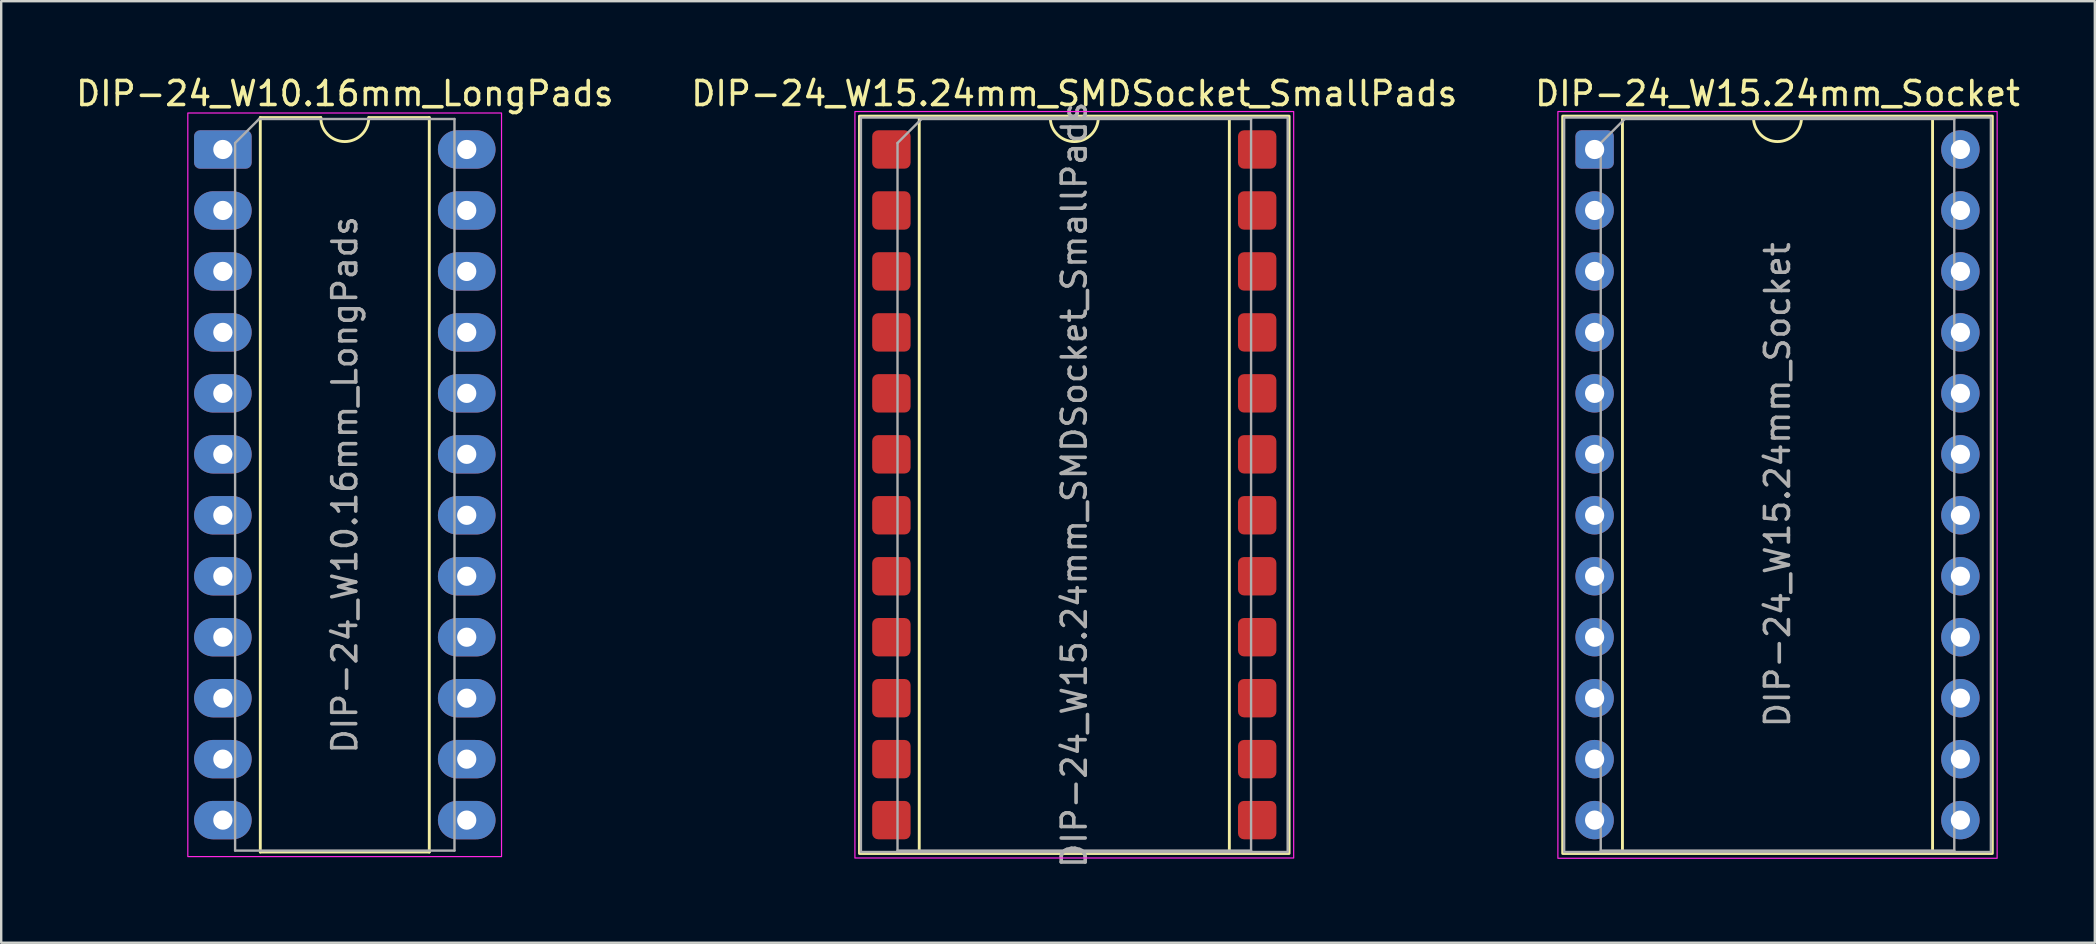
<source format=kicad_pcb>
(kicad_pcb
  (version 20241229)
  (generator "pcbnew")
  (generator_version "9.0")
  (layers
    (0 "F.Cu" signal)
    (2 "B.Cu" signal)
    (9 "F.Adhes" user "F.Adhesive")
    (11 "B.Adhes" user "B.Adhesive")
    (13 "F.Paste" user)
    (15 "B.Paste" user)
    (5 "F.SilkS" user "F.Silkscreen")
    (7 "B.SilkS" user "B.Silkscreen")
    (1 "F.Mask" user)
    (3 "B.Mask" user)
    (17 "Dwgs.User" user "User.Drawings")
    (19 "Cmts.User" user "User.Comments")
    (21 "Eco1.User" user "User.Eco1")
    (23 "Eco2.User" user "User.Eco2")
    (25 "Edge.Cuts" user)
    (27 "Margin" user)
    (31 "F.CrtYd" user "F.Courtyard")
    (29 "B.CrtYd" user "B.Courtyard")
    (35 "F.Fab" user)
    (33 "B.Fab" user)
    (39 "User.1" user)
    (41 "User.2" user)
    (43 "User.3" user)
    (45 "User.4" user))
  (footprint "DIP-24_W15.24mm_Socket"
    (layer "F.Cu")
    (at 63.386 3.178)
    (property "Reference" "DIP-24_W15.24mm_Socket" (at 7.62 -2.33 0) (layer "F.SilkS") (effects (font (size 1 1) (thickness 0.15))))
    (attr through_hole)
    (fp_line (start 1.16 -1.33) (end 1.16 29.27) (stroke (width 0.12) (type solid)) (layer "F.SilkS"))
    (fp_line (start 1.16 29.27) (end 14.08 29.27) (stroke (width 0.12) (type solid)) (layer "F.SilkS"))
    (fp_line (start 6.62 -1.33) (end 1.16 -1.33) (stroke (width 0.12) (type solid)) (layer "F.SilkS"))
    (fp_line (start 14.08 -1.33) (end 8.62 -1.33) (stroke (width 0.12) (type solid)) (layer "F.SilkS"))
    (fp_line (start 14.08 29.27) (end 14.08 -1.33) (stroke (width 0.12) (type solid)) (layer "F.SilkS"))
    (fp_rect (start -1.33 -1.39) (end 16.57 29.33) (stroke (width 0.12) (type solid)) (fill no) (layer "F.SilkS"))
    (fp_arc (start 8.62 -1.33) (mid 7.62 -0.33) (end 6.62 -1.33) (stroke (width 0.12) (type solid)) (layer "F.SilkS"))
    (fp_rect (start -1.53 -1.58) (end 16.77 29.53) (stroke (width 0.05) (type solid)) (fill no) (layer "F.CrtYd"))
    (fp_line (start 0.255 -0.27) (end 1.255 -1.27) (stroke (width 0.1) (type solid)) (layer "F.Fab"))
    (fp_line (start 0.255 29.21) (end 0.255 -0.27) (stroke (width 0.1) (type solid)) (layer "F.Fab"))
    (fp_line (start 1.255 -1.27) (end 14.985 -1.27) (stroke (width 0.1) (type solid)) (layer "F.Fab"))
    (fp_line (start 14.985 -1.27) (end 14.985 29.21) (stroke (width 0.1) (type solid)) (layer "F.Fab"))
    (fp_line (start 14.985 29.21) (end 0.255 29.21) (stroke (width 0.1) (type solid)) (layer "F.Fab"))
    (fp_rect (start -1.27 -1.33) (end 16.51 29.27) (stroke (width 0.1) (type solid)) (fill no) (layer "F.Fab"))
    (fp_text user "${REFERENCE}" (at 7.62 13.97 90) (layer "F.Fab") (effects (font (size 1 1) (thickness 0.15))))
    (pad "1" thru_hole roundrect (at 0 0) (size 1.6 1.6) (drill 0.8) (layers "*.Cu" "*.Mask") (roundrect_rratio 0.156))
    (pad "2" thru_hole circle (at 0 2.54) (size 1.6 1.6) (drill 0.8) (layers "*.Cu" "*.Mask"))
    (pad "3" thru_hole circle (at 0 5.08) (size 1.6 1.6) (drill 0.8) (layers "*.Cu" "*.Mask"))
    (pad "4" thru_hole circle (at 0 7.62) (size 1.6 1.6) (drill 0.8) (layers "*.Cu" "*.Mask"))
    (pad "5" thru_hole circle (at 0 10.16) (size 1.6 1.6) (drill 0.8) (layers "*.Cu" "*.Mask"))
    (pad "6" thru_hole circle (at 0 12.7) (size 1.6 1.6) (drill 0.8) (layers "*.Cu" "*.Mask"))
    (pad "7" thru_hole circle (at 0 15.24) (size 1.6 1.6) (drill 0.8) (layers "*.Cu" "*.Mask"))
    (pad "8" thru_hole circle (at 0 17.78) (size 1.6 1.6) (drill 0.8) (layers "*.Cu" "*.Mask"))
    (pad "9" thru_hole circle (at 0 20.32) (size 1.6 1.6) (drill 0.8) (layers "*.Cu" "*.Mask"))
    (pad "10" thru_hole circle (at 0 22.86) (size 1.6 1.6) (drill 0.8) (layers "*.Cu" "*.Mask"))
    (pad "11" thru_hole circle (at 0 25.4) (size 1.6 1.6) (drill 0.8) (layers "*.Cu" "*.Mask"))
    (pad "12" thru_hole circle (at 0 27.94) (size 1.6 1.6) (drill 0.8) (layers "*.Cu" "*.Mask"))
    (pad "13" thru_hole circle (at 15.24 27.94) (size 1.6 1.6) (drill 0.8) (layers "*.Cu" "*.Mask"))
    (pad "14" thru_hole circle (at 15.24 25.4) (size 1.6 1.6) (drill 0.8) (layers "*.Cu" "*.Mask"))
    (pad "15" thru_hole circle (at 15.24 22.86) (size 1.6 1.6) (drill 0.8) (layers "*.Cu" "*.Mask"))
    (pad "16" thru_hole circle (at 15.24 20.32) (size 1.6 1.6) (drill 0.8) (layers "*.Cu" "*.Mask"))
    (pad "17" thru_hole circle (at 15.24 17.78) (size 1.6 1.6) (drill 0.8) (layers "*.Cu" "*.Mask"))
    (pad "18" thru_hole circle (at 15.24 15.24) (size 1.6 1.6) (drill 0.8) (layers "*.Cu" "*.Mask"))
    (pad "19" thru_hole circle (at 15.24 12.7) (size 1.6 1.6) (drill 0.8) (layers "*.Cu" "*.Mask"))
    (pad "20" thru_hole circle (at 15.24 10.16) (size 1.6 1.6) (drill 0.8) (layers "*.Cu" "*.Mask"))
    (pad "21" thru_hole circle (at 15.24 7.62) (size 1.6 1.6) (drill 0.8) (layers "*.Cu" "*.Mask"))
    (pad "22" thru_hole circle (at 15.24 5.08) (size 1.6 1.6) (drill 0.8) (layers "*.Cu" "*.Mask"))
    (pad "23" thru_hole circle (at 15.24 2.54) (size 1.6 1.6) (drill 0.8) (layers "*.Cu" "*.Mask"))
    (pad "24" thru_hole circle (at 15.24 0) (size 1.6 1.6) (drill 0.8) (layers "*.Cu" "*.Mask")))
  (footprint "DIP-24_W10.16mm_LongPads"
    (layer "F.Cu")
    (at 6.235 3.178)
    (property "Reference" "DIP-24_W10.16mm_LongPads" (at 5.08 -2.33 0) (layer "F.SilkS") (effects (font (size 1 1) (thickness 0.15))))
    (attr through_hole)
    (fp_line (start 1.56 -1.33) (end 1.56 29.27) (stroke (width 0.12) (type solid)) (layer "F.SilkS"))
    (fp_line (start 1.56 29.27) (end 8.6 29.27) (stroke (width 0.12) (type solid)) (layer "F.SilkS"))
    (fp_line (start 4.08 -1.33) (end 1.56 -1.33) (stroke (width 0.12) (type solid)) (layer "F.SilkS"))
    (fp_line (start 8.6 -1.33) (end 6.08 -1.33) (stroke (width 0.12) (type solid)) (layer "F.SilkS"))
    (fp_line (start 8.6 29.27) (end 8.6 -1.33) (stroke (width 0.12) (type solid)) (layer "F.SilkS"))
    (fp_arc (start 6.08 -1.33) (mid 5.08 -0.33) (end 4.08 -1.33) (stroke (width 0.12) (type solid)) (layer "F.SilkS"))
    (fp_rect (start -1.46 -1.52) (end 11.61 29.46) (stroke (width 0.05) (type solid)) (fill no) (layer "F.CrtYd"))
    (fp_line (start 0.51 -0.27) (end 1.51 -1.27) (stroke (width 0.1) (type solid)) (layer "F.Fab"))
    (fp_line (start 0.51 29.21) (end 0.51 -0.27) (stroke (width 0.1) (type solid)) (layer "F.Fab"))
    (fp_line (start 1.51 -1.27) (end 9.65 -1.27) (stroke (width 0.1) (type solid)) (layer "F.Fab"))
    (fp_line (start 9.65 -1.27) (end 9.65 29.21) (stroke (width 0.1) (type solid)) (layer "F.Fab"))
    (fp_line (start 9.65 29.21) (end 0.51 29.21) (stroke (width 0.1) (type solid)) (layer "F.Fab"))
    (fp_text user "${REFERENCE}" (at 5.08 13.97 90) (layer "F.Fab") (effects (font (size 1 1) (thickness 0.15))))
    (pad "1" thru_hole roundrect (at 0 0) (size 2.4 1.6) (drill 0.8) (layers "*.Cu" "*.Mask") (roundrect_rratio 0.156))
    (pad "2" thru_hole oval (at 0 2.54) (size 2.4 1.6) (drill 0.8) (layers "*.Cu" "*.Mask"))
    (pad "3" thru_hole oval (at 0 5.08) (size 2.4 1.6) (drill 0.8) (layers "*.Cu" "*.Mask"))
    (pad "4" thru_hole oval (at 0 7.62) (size 2.4 1.6) (drill 0.8) (layers "*.Cu" "*.Mask"))
    (pad "5" thru_hole oval (at 0 10.16) (size 2.4 1.6) (drill 0.8) (layers "*.Cu" "*.Mask"))
    (pad "6" thru_hole oval (at 0 12.7) (size 2.4 1.6) (drill 0.8) (layers "*.Cu" "*.Mask"))
    (pad "7" thru_hole oval (at 0 15.24) (size 2.4 1.6) (drill 0.8) (layers "*.Cu" "*.Mask"))
    (pad "8" thru_hole oval (at 0 17.78) (size 2.4 1.6) (drill 0.8) (layers "*.Cu" "*.Mask"))
    (pad "9" thru_hole oval (at 0 20.32) (size 2.4 1.6) (drill 0.8) (layers "*.Cu" "*.Mask"))
    (pad "10" thru_hole oval (at 0 22.86) (size 2.4 1.6) (drill 0.8) (layers "*.Cu" "*.Mask"))
    (pad "11" thru_hole oval (at 0 25.4) (size 2.4 1.6) (drill 0.8) (layers "*.Cu" "*.Mask"))
    (pad "12" thru_hole oval (at 0 27.94) (size 2.4 1.6) (drill 0.8) (layers "*.Cu" "*.Mask"))
    (pad "13" thru_hole oval (at 10.16 27.94) (size 2.4 1.6) (drill 0.8) (layers "*.Cu" "*.Mask"))
    (pad "14" thru_hole oval (at 10.16 25.4) (size 2.4 1.6) (drill 0.8) (layers "*.Cu" "*.Mask"))
    (pad "15" thru_hole oval (at 10.16 22.86) (size 2.4 1.6) (drill 0.8) (layers "*.Cu" "*.Mask"))
    (pad "16" thru_hole oval (at 10.16 20.32) (size 2.4 1.6) (drill 0.8) (layers "*.Cu" "*.Mask"))
    (pad "17" thru_hole oval (at 10.16 17.78) (size 2.4 1.6) (drill 0.8) (layers "*.Cu" "*.Mask"))
    (pad "18" thru_hole oval (at 10.16 15.24) (size 2.4 1.6) (drill 0.8) (layers "*.Cu" "*.Mask"))
    (pad "19" thru_hole oval (at 10.16 12.7) (size 2.4 1.6) (drill 0.8) (layers "*.Cu" "*.Mask"))
    (pad "20" thru_hole oval (at 10.16 10.16) (size 2.4 1.6) (drill 0.8) (layers "*.Cu" "*.Mask"))
    (pad "21" thru_hole oval (at 10.16 7.62) (size 2.4 1.6) (drill 0.8) (layers "*.Cu" "*.Mask"))
    (pad "22" thru_hole oval (at 10.16 5.08) (size 2.4 1.6) (drill 0.8) (layers "*.Cu" "*.Mask"))
    (pad "23" thru_hole oval (at 10.16 2.54) (size 2.4 1.6) (drill 0.8) (layers "*.Cu" "*.Mask"))
    (pad "24" thru_hole oval (at 10.16 0) (size 2.4 1.6) (drill 0.8) (layers "*.Cu" "*.Mask")))
  (footprint "DIP-24_W15.24mm_SMDSocket_SmallPads"
    (layer "F.Cu")
    (at 41.708 17.148)
    (property "Reference" "DIP-24_W15.24mm_SMDSocket_SmallPads" (at 0 -16.3 0) (layer "F.SilkS") (effects (font (size 1 1) (thickness 0.15))))
    (attr smd)
    (fp_line (start -6.46 -15.3) (end -6.46 15.3) (stroke (width 0.12) (type solid)) (layer "F.SilkS"))
    (fp_line (start -6.46 15.3) (end 6.46 15.3) (stroke (width 0.12) (type solid)) (layer "F.SilkS"))
    (fp_line (start -1 -15.3) (end -6.46 -15.3) (stroke (width 0.12) (type solid)) (layer "F.SilkS"))
    (fp_line (start 6.46 -15.3) (end 1 -15.3) (stroke (width 0.12) (type solid)) (layer "F.SilkS"))
    (fp_line (start 6.46 15.3) (end 6.46 -15.3) (stroke (width 0.12) (type solid)) (layer "F.SilkS"))
    (fp_rect (start -8.95 -15.36) (end 8.95 15.36) (stroke (width 0.12) (type solid)) (fill no) (layer "F.SilkS"))
    (fp_arc (start 1 -15.3) (mid 0 -14.3) (end -1 -15.3) (stroke (width 0.12) (type solid)) (layer "F.SilkS"))
    (fp_rect (start -9.14 -15.55) (end 9.14 15.55) (stroke (width 0.05) (type solid)) (fill no) (layer "F.CrtYd"))
    (fp_line (start -7.365 -14.24) (end -6.365 -15.24) (stroke (width 0.1) (type solid)) (layer "F.Fab"))
    (fp_line (start -7.365 15.24) (end -7.365 -14.24) (stroke (width 0.1) (type solid)) (layer "F.Fab"))
    (fp_line (start -6.365 -15.24) (end 7.365 -15.24) (stroke (width 0.1) (type solid)) (layer "F.Fab"))
    (fp_line (start 7.365 -15.24) (end 7.365 15.24) (stroke (width 0.1) (type solid)) (layer "F.Fab"))
    (fp_line (start 7.365 15.24) (end -7.365 15.24) (stroke (width 0.1) (type solid)) (layer "F.Fab"))
    (fp_rect (start -8.89 -15.3) (end 8.89 15.3) (stroke (width 0.1) (type solid)) (fill no) (layer "F.Fab"))
    (fp_text user "${REFERENCE}" (at 0 0 90) (layer "F.Fab") (effects (font (size 1 1) (thickness 0.15))))
    (pad "1" smd roundrect (at -7.62 -13.97) (size 1.6 1.6) (layers "F.Cu" "F.Mask" "F.Paste") (roundrect_rratio 0.156))
    (pad "2" smd roundrect (at -7.62 -11.43) (size 1.6 1.6) (layers "F.Cu" "F.Mask" "F.Paste") (roundrect_rratio 0.156))
    (pad "3" smd roundrect (at -7.62 -8.89) (size 1.6 1.6) (layers "F.Cu" "F.Mask" "F.Paste") (roundrect_rratio 0.156))
    (pad "4" smd roundrect (at -7.62 -6.35) (size 1.6 1.6) (layers "F.Cu" "F.Mask" "F.Paste") (roundrect_rratio 0.156))
    (pad "5" smd roundrect (at -7.62 -3.81) (size 1.6 1.6) (layers "F.Cu" "F.Mask" "F.Paste") (roundrect_rratio 0.156))
    (pad "6" smd roundrect (at -7.62 -1.27) (size 1.6 1.6) (layers "F.Cu" "F.Mask" "F.Paste") (roundrect_rratio 0.156))
    (pad "7" smd roundrect (at -7.62 1.27) (size 1.6 1.6) (layers "F.Cu" "F.Mask" "F.Paste") (roundrect_rratio 0.156))
    (pad "8" smd roundrect (at -7.62 3.81) (size 1.6 1.6) (layers "F.Cu" "F.Mask" "F.Paste") (roundrect_rratio 0.156))
    (pad "9" smd roundrect (at -7.62 6.35) (size 1.6 1.6) (layers "F.Cu" "F.Mask" "F.Paste") (roundrect_rratio 0.156))
    (pad "10" smd roundrect (at -7.62 8.89) (size 1.6 1.6) (layers "F.Cu" "F.Mask" "F.Paste") (roundrect_rratio 0.156))
    (pad "11" smd roundrect (at -7.62 11.43) (size 1.6 1.6) (layers "F.Cu" "F.Mask" "F.Paste") (roundrect_rratio 0.156))
    (pad "12" smd roundrect (at -7.62 13.97) (size 1.6 1.6) (layers "F.Cu" "F.Mask" "F.Paste") (roundrect_rratio 0.156))
    (pad "13" smd roundrect (at 7.62 13.97) (size 1.6 1.6) (layers "F.Cu" "F.Mask" "F.Paste") (roundrect_rratio 0.156))
    (pad "14" smd roundrect (at 7.62 11.43) (size 1.6 1.6) (layers "F.Cu" "F.Mask" "F.Paste") (roundrect_rratio 0.156))
    (pad "15" smd roundrect (at 7.62 8.89) (size 1.6 1.6) (layers "F.Cu" "F.Mask" "F.Paste") (roundrect_rratio 0.156))
    (pad "16" smd roundrect (at 7.62 6.35) (size 1.6 1.6) (layers "F.Cu" "F.Mask" "F.Paste") (roundrect_rratio 0.156))
    (pad "17" smd roundrect (at 7.62 3.81) (size 1.6 1.6) (layers "F.Cu" "F.Mask" "F.Paste") (roundrect_rratio 0.156))
    (pad "18" smd roundrect (at 7.62 1.27) (size 1.6 1.6) (layers "F.Cu" "F.Mask" "F.Paste") (roundrect_rratio 0.156))
    (pad "19" smd roundrect (at 7.62 -1.27) (size 1.6 1.6) (layers "F.Cu" "F.Mask" "F.Paste") (roundrect_rratio 0.156))
    (pad "20" smd roundrect (at 7.62 -3.81) (size 1.6 1.6) (layers "F.Cu" "F.Mask" "F.Paste") (roundrect_rratio 0.156))
    (pad "21" smd roundrect (at 7.62 -6.35) (size 1.6 1.6) (layers "F.Cu" "F.Mask" "F.Paste") (roundrect_rratio 0.156))
    (pad "22" smd roundrect (at 7.62 -8.89) (size 1.6 1.6) (layers "F.Cu" "F.Mask" "F.Paste") (roundrect_rratio 0.156))
    (pad "23" smd roundrect (at 7.62 -11.43) (size 1.6 1.6) (layers "F.Cu" "F.Mask" "F.Paste") (roundrect_rratio 0.156))
    (pad "24" smd roundrect (at 7.62 -13.97) (size 1.6 1.6) (layers "F.Cu" "F.Mask" "F.Paste") (roundrect_rratio 0.156)))
  (gr_rect
    (start -3 -3)
    (end 84.226 36.226)
    (stroke (width 0.1) (type default))
    (fill no)
    (layer "Edge.Cuts")))
</source>
